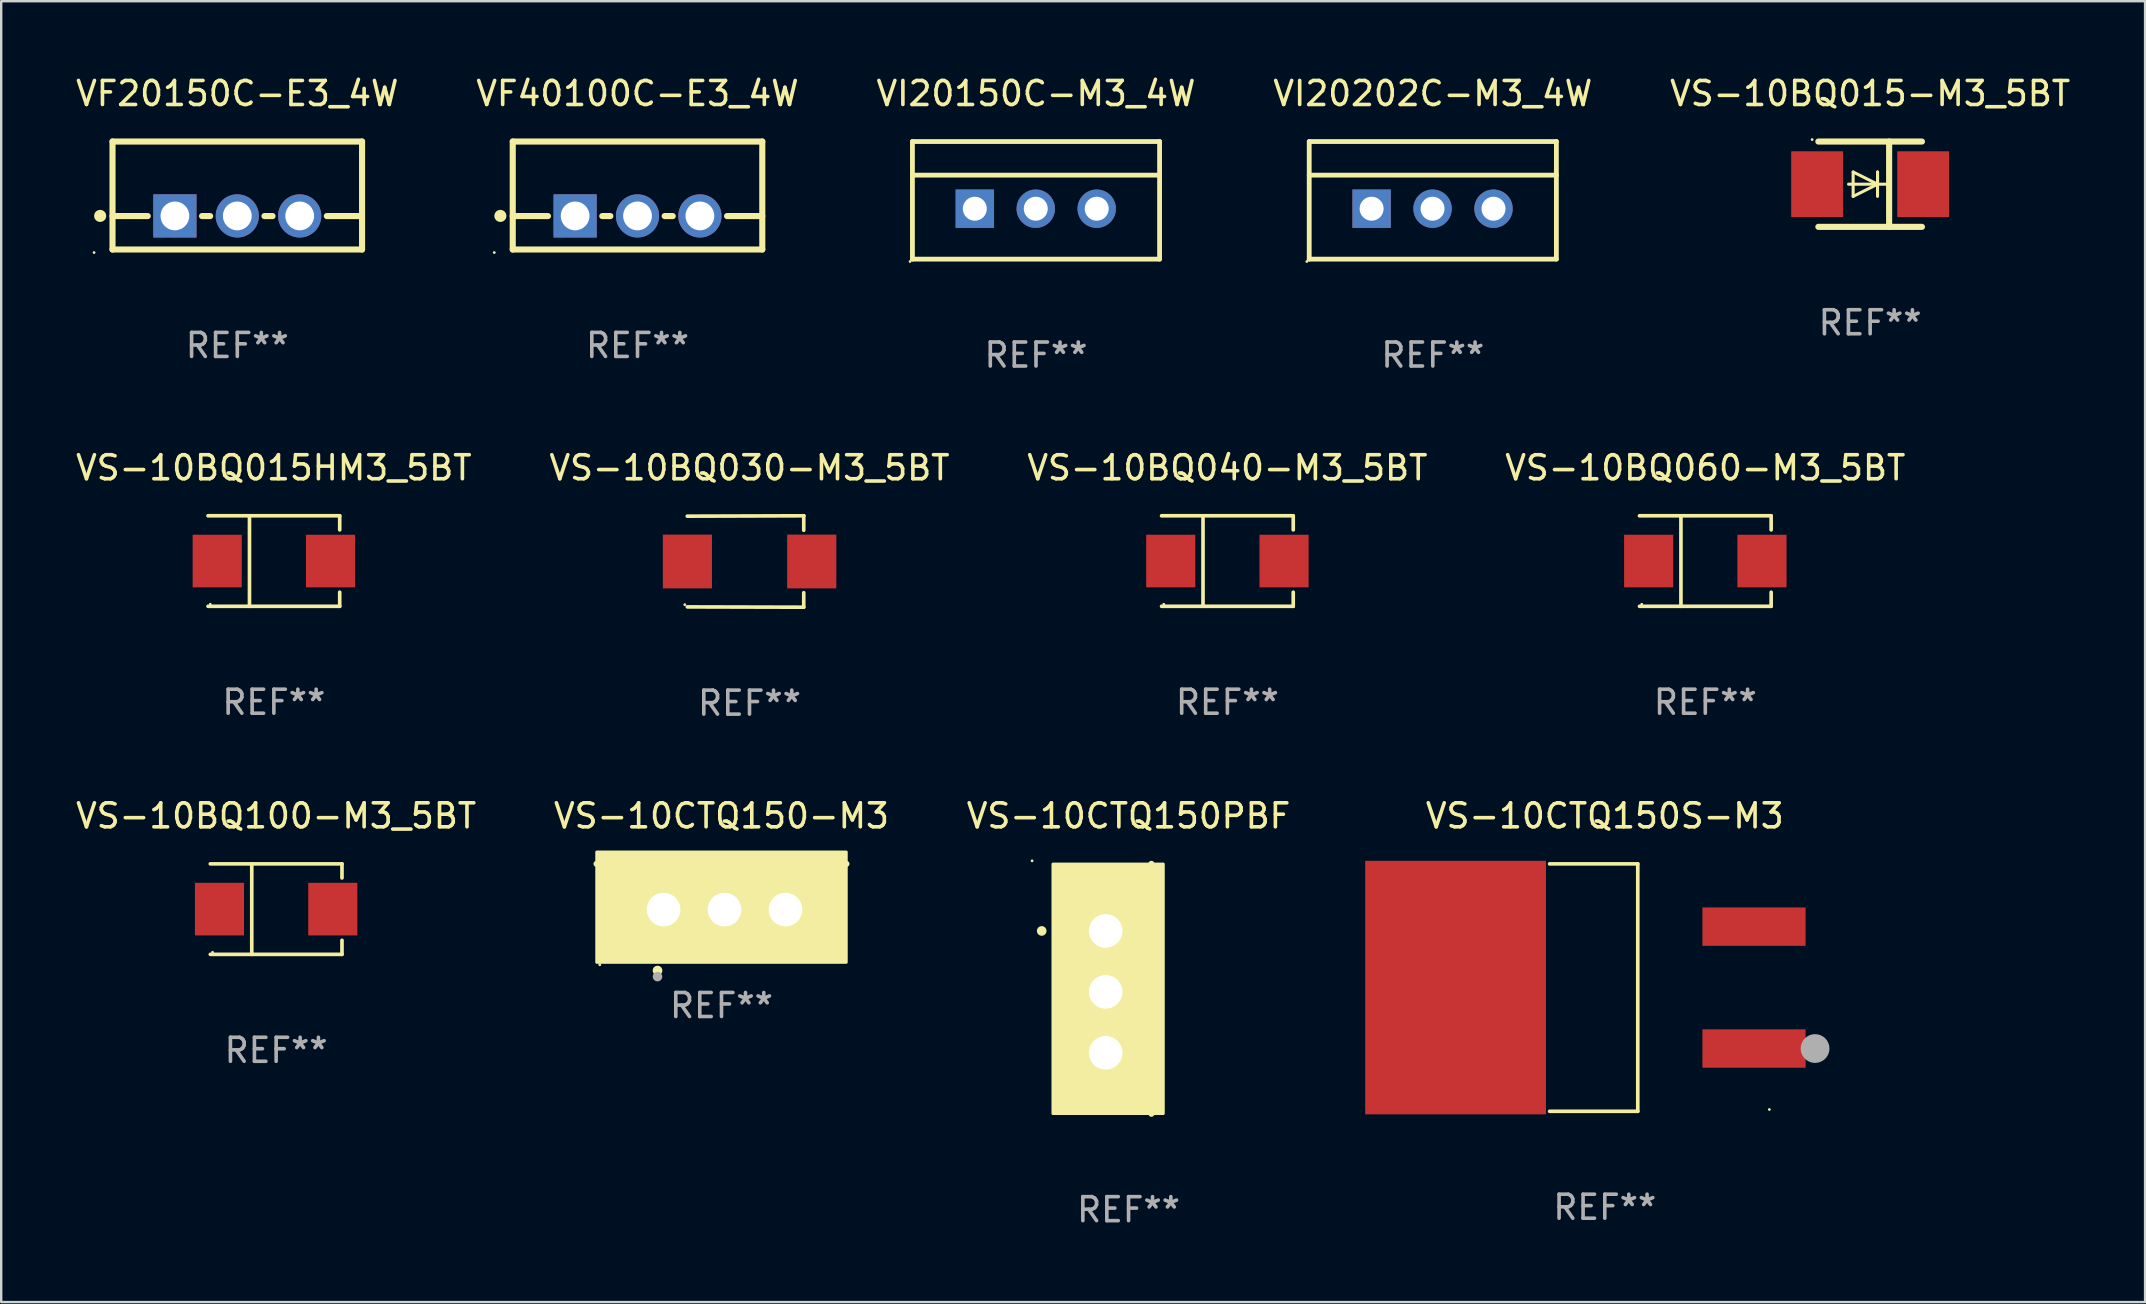
<source format=kicad_pcb>
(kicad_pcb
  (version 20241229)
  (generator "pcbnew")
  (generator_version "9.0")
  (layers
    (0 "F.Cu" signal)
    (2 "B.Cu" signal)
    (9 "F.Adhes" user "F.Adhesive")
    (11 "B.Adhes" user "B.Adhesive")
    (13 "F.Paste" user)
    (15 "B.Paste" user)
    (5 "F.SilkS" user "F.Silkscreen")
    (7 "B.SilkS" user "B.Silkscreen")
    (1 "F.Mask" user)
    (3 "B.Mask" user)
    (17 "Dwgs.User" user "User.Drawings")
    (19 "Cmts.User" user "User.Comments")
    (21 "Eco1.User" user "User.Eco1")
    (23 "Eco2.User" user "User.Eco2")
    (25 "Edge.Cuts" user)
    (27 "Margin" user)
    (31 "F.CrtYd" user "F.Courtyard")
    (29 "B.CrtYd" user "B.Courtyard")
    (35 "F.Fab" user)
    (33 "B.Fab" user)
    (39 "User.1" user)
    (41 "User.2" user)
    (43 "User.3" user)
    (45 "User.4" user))
  (footprint "VF20150C-E3_4W"
    (layer "F.Cu")
    (at 6.839 5.098)
    (property "Reference" "VF20150C-E3_4W" (at 0 -4.25 0) (layer "F.SilkS") (effects (font (size 1 1) (thickness 0.15))))
    (attr through_hole)
    (fp_line (start -5.2 -2.25) (end -5.2 2.25) (stroke (width 0.254) (type solid)) (layer "F.SilkS"))
    (fp_line (start -5.2 -2.25) (end 5.2 -2.25) (stroke (width 0.254) (type solid)) (layer "F.SilkS"))
    (fp_line (start -5.2 0.857) (end -3.731 0.857) (stroke (width 0.254) (type solid)) (layer "F.SilkS"))
    (fp_line (start -5.2 2.25) (end 5.2 2.25) (stroke (width 0.254) (type solid)) (layer "F.SilkS"))
    (fp_line (start -1.469 0.857) (end -1.131 0.857) (stroke (width 0.254) (type solid)) (layer "F.SilkS"))
    (fp_line (start 1.131 0.857) (end 1.469 0.857) (stroke (width 0.254) (type solid)) (layer "F.SilkS"))
    (fp_line (start 3.731 0.857) (end 5.2 0.857) (stroke (width 0.254) (type solid)) (layer "F.SilkS"))
    (fp_line (start 5.2 -2.25) (end 5.2 2.25) (stroke (width 0.254) (type solid)) (layer "F.SilkS"))
    (fp_circle (center -5.969 2.377) (end -5.939 2.377) (stroke (width 0.06) (type solid)) (fill no) (layer "F.SilkS"))
    (fp_circle (center -5.715 0.85) (end -5.588 0.85) (stroke (width 0.254) (type solid)) (fill no) (layer "F.SilkS"))
    (fp_text user "REF**" (at 0 6.25 0) (layer "F.Fab") (effects (font (size 1 1) (thickness 0.15))))
    (pad "1" thru_hole rect (at -2.6 0.85) (size 1.8 1.8) (drill 1.2) (layers "*.Cu" "*.Mask"))
    (pad "2" thru_hole circle (at 0 0.85) (size 1.8 1.8) (drill 1.2) (layers "*.Cu" "*.Mask"))
    (pad "3" thru_hole circle (at 2.6 0.85) (size 1.8 1.8) (drill 1.2) (layers "*.Cu" "*.Mask")))
  (footprint "VS-10CTQ150-M3"
    (layer "F.Cu")
    (at 27.018 33.904)
    (property "Reference" "VS-10CTQ150-M3" (at 0 -2.953 0) (layer "F.SilkS") (effects (font (size 1 1) (thickness 0.15))))
    (attr through_hole)
    (fp_line (start 5.207 -0.953) (end -5.207 -0.953) (stroke (width 0.254) (type solid)) (layer "F.SilkS"))
    (fp_arc (start -2.66698 3.49252) (mid -2.66571 3.492516) (end -2.66444 3.49252) (stroke (width 0.4) (type solid)) (layer "F.SilkS"))
    (fp_circle (center -5.073 3.252) (end -5.043 3.252) (stroke (width 0.06) (type solid)) (fill no) (layer "F.SilkS"))
    (fp_poly (pts (xy -5.2 -1.448) (xy 5.2 -1.448) (xy 5.2 3.152) (xy -5.2 3.152)) (stroke (width 0.12) (type solid)) (fill yes) (layer "F.SilkS"))
    (fp_circle (center -2.667 3.747) (end -2.567 3.747) (stroke (width 0.2) (type solid)) (fill no) (layer "F.Fab"))
    (fp_text user "REF**" (at 0 4.953 0) (layer "F.Fab") (effects (font (size 1 1) (thickness 0.15))))
    (pad "1" thru_hole rect (at -2.413 0.953) (size 2 2.5) (drill 1.4) (layers "*.Cu" "*.Mask"))
    (pad "2" thru_hole oval (at 0.127 0.953) (size 2 2.5) (drill 1.4) (layers "*.Cu" "*.Mask"))
    (pad "3" thru_hole oval (at 2.667 0.953) (size 2 2.5) (drill 1.4) (layers "*.Cu" "*.Mask")))
  (footprint "VS-10CTQ150PBF"
    (layer "F.Cu")
    (at 43.982 38.158)
    (property "Reference" "VS-10CTQ150PBF" (at 0 -7.207 0) (layer "F.SilkS") (effects (font (size 1 1) (thickness 0.15))))
    (attr through_hole)
    (fp_line (start 0.953 5.207) (end 0.953 -5.207) (stroke (width 0.254) (type solid)) (layer "F.SilkS"))
    (fp_arc (start -3.619507 -2.410465) (mid -3.619511 -2.411735) (end -3.619507 -2.413005) (stroke (width 0.4) (type solid)) (layer "F.SilkS"))
    (fp_circle (center -4.02 -5.334) (end -3.99 -5.334) (stroke (width 0.06) (type solid)) (fill no) (layer "F.SilkS"))
    (fp_poly (pts (xy -3.152 -5.2) (xy 1.448 -5.2) (xy 1.448 5.2) (xy -3.152 5.2)) (stroke (width 0.12) (type solid)) (fill yes) (layer "F.SilkS"))
    (fp_text user "REF**" (at 0 9.207 0) (layer "F.Fab") (effects (font (size 1 1) (thickness 0.15))))
    (pad "1" thru_hole rect (at -0.953 -2.413 270) (size 2 2.5) (drill 1.4) (layers "*.Cu" "*.Mask"))
    (pad "2" thru_hole oval (at -0.953 0.127 270) (size 2 2.5) (drill 1.4) (layers "*.Cu" "*.Mask"))
    (pad "3" thru_hole oval (at -0.953 2.667 270) (size 2 2.5) (drill 1.4) (layers "*.Cu" "*.Mask")))
  (footprint "VF40100C-E3_4W"
    (layer "F.Cu")
    (at 23.518 5.098)
    (property "Reference" "VF40100C-E3_4W" (at 0 -4.25 0) (layer "F.SilkS") (effects (font (size 1 1) (thickness 0.15))))
    (attr through_hole)
    (fp_line (start -5.2 -2.25) (end -5.2 2.25) (stroke (width 0.254) (type solid)) (layer "F.SilkS"))
    (fp_line (start -5.2 -2.25) (end 5.2 -2.25) (stroke (width 0.254) (type solid)) (layer "F.SilkS"))
    (fp_line (start -5.2 0.857) (end -3.731 0.857) (stroke (width 0.254) (type solid)) (layer "F.SilkS"))
    (fp_line (start -5.2 2.25) (end 5.2 2.25) (stroke (width 0.254) (type solid)) (layer "F.SilkS"))
    (fp_line (start -1.469 0.857) (end -1.131 0.857) (stroke (width 0.254) (type solid)) (layer "F.SilkS"))
    (fp_line (start 1.131 0.857) (end 1.469 0.857) (stroke (width 0.254) (type solid)) (layer "F.SilkS"))
    (fp_line (start 3.731 0.857) (end 5.2 0.857) (stroke (width 0.254) (type solid)) (layer "F.SilkS"))
    (fp_line (start 5.2 -2.25) (end 5.2 2.25) (stroke (width 0.254) (type solid)) (layer "F.SilkS"))
    (fp_circle (center -5.969 2.377) (end -5.939 2.377) (stroke (width 0.06) (type solid)) (fill no) (layer "F.SilkS"))
    (fp_circle (center -5.715 0.85) (end -5.588 0.85) (stroke (width 0.254) (type solid)) (fill no) (layer "F.SilkS"))
    (fp_text user "REF**" (at 0 6.25 0) (layer "F.Fab") (effects (font (size 1 1) (thickness 0.15))))
    (pad "1" thru_hole rect (at -2.6 0.85) (size 1.8 1.8) (drill 1.2) (layers "*.Cu" "*.Mask"))
    (pad "2" thru_hole circle (at 0 0.85) (size 1.8 1.8) (drill 1.2) (layers "*.Cu" "*.Mask"))
    (pad "3" thru_hole circle (at 2.6 0.85) (size 1.8 1.8) (drill 1.2) (layers "*.Cu" "*.Mask")))
  (footprint "VI20202C-M3_4W"
    (layer "F.Cu")
    (at 56.661 5.298)
    (property "Reference" "VI20202C-M3_4W" (at 0 -4.45 0) (layer "F.SilkS") (effects (font (size 1 1) (thickness 0.15))))
    (attr through_hole)
    (fp_line (start -5.15 -1.05) (end 5.15 -1.05) (stroke (width 0.2) (type solid)) (layer "F.SilkS"))
    (fp_line (start -5.15 -2.45) (end 5.15 -2.45) (stroke (width 0.2) (type solid)) (layer "F.SilkS"))
    (fp_line (start -5.15 2.45) (end -5.15 -2.45) (stroke (width 0.2) (type solid)) (layer "F.SilkS"))
    (fp_line (start 5.15 -2.45) (end 5.15 2.45) (stroke (width 0.2) (type solid)) (layer "F.SilkS"))
    (fp_line (start 5.15 2.45) (end -5.15 2.45) (stroke (width 0.2) (type solid)) (layer "F.SilkS"))
    (fp_circle (center -5.25 2.55) (end -5.22 2.55) (stroke (width 0.06) (type solid)) (fill no) (layer "F.SilkS"))
    (fp_text user "REF**" (at 0 6.45 0) (layer "F.Fab") (effects (font (size 1 1) (thickness 0.15))))
    (pad "1" thru_hole rect (at -2.55 0.35) (size 1.6 1.6) (drill 1) (layers "*.Cu" "*.Mask"))
    (pad "2" thru_hole circle (at -0.01 0.35) (size 1.6 1.6) (drill 1) (layers "*.Cu" "*.Mask"))
    (pad "3" thru_hole circle (at 2.53 0.35) (size 1.6 1.6) (drill 1) (layers "*.Cu" "*.Mask")))
  (footprint "VS-10BQ040-M3_5BT"
    (layer "F.Cu")
    (at 48.101 20.331)
    (property "Reference" "VS-10BQ040-M3_5BT" (at 0 -3.886 0) (layer "F.SilkS") (effects (font (size 1 1) (thickness 0.15))))
    (attr through_hole)
    (fp_line (start -2.744 -1.886) (end 2.744 -1.886) (stroke (width 0.152) (type solid)) (layer "F.SilkS"))
    (fp_line (start -2.744 1.886) (end 2.744 1.886) (stroke (width 0.152) (type solid)) (layer "F.SilkS"))
    (fp_line (start -1.016 -1.886) (end -1.016 1.886) (stroke (width 0.152) (type solid)) (layer "F.SilkS"))
    (fp_line (start 2.744 -1.886) (end 2.744 -1.299) (stroke (width 0.152) (type solid)) (layer "F.SilkS"))
    (fp_line (start 2.744 1.886) (end 2.744 1.299) (stroke (width 0.152) (type solid)) (layer "F.SilkS"))
    (fp_circle (center -2.65 1.8) (end -2.62 1.8) (stroke (width 0.06) (type solid)) (fill no) (layer "F.SilkS"))
    (fp_text user "REF**" (at 0 5.886 0) (layer "F.Fab") (effects (font (size 1 1) (thickness 0.15))))
    (pad "1" smd rect (at -2.361 0) (size 2.047 2.192) (layers "F.Cu" "F.Mask" "F.Paste"))
    (pad "2" smd rect (at 2.361 0) (size 2.047 2.192) (layers "F.Cu" "F.Mask" "F.Paste")))
  (footprint "VS-10CTQ150S-M3"
    (layer "F.Cu")
    (at 63.829 38.107)
    (property "Reference" "VS-10CTQ150S-M3" (at 0 -7.156 0) (layer "F.SilkS") (effects (font (size 1 1) (thickness 0.15))))
    (attr through_hole)
    (fp_line (start -2.3 -5.156) (end 1.374 -5.156) (stroke (width 0.152) (type solid)) (layer "F.SilkS"))
    (fp_line (start -2.3 5.156) (end 1.374 5.156) (stroke (width 0.152) (type solid)) (layer "F.SilkS"))
    (fp_line (start 1.374 5.156) (end 1.374 -5.156) (stroke (width 0.152) (type solid)) (layer "F.SilkS"))
    (fp_circle (center 6.858 5.08) (end 6.888 5.08) (stroke (width 0.06) (type solid)) (fill no) (layer "F.SilkS"))
    (fp_circle (center 8.763 2.54) (end 9.063 2.54) (stroke (width 0.6) (type solid)) (fill no) (layer "F.Fab"))
    (fp_text user "REF**" (at 0 9.156 0) (layer "F.Fab") (effects (font (size 1 1) (thickness 0.15))))
    (pad "1" smd rect (at 6.218 2.54 180) (size 4.3 1.6) (layers "F.Cu" "F.Mask" "F.Paste"))
    (pad "2" smd rect (at -6.218 0 180) (size 7.532 10.566) (layers "F.Cu" "F.Mask" "F.Paste"))
    (pad "3" smd rect (at 6.218 -2.54 180) (size 4.3 1.6) (layers "F.Cu" "F.Mask" "F.Paste")))
  (footprint "VS-10BQ030-M3_5BT"
    (layer "F.Cu")
    (at 28.185 20.35)
    (property "Reference" "VS-10BQ030-M3_5BT" (at 0 -3.905 0) (layer "F.SilkS") (effects (font (size 1 1) (thickness 0.15))))
    (attr through_hole)
    (fp_line (start 2.256 -1.905) (end -2.594 -1.889) (stroke (width 0.152) (type solid)) (layer "F.SilkS"))
    (fp_line (start 2.256 -1.905) (end 2.26 -1.905) (stroke (width 0.152) (type solid)) (layer "F.SilkS"))
    (fp_line (start 2.26 -1.905) (end 2.26 -1.301) (stroke (width 0.152) (type solid)) (layer "F.SilkS"))
    (fp_line (start 2.26 1.301) (end 2.26 1.905) (stroke (width 0.152) (type solid)) (layer "F.SilkS"))
    (fp_line (start 2.26 1.905) (end -2.59 1.892) (stroke (width 0.152) (type solid)) (layer "F.SilkS"))
    (fp_circle (center -2.697 1.8) (end -2.667 1.8) (stroke (width 0.06) (type solid)) (fill no) (layer "F.SilkS"))
    (fp_text user "REF**" (at 0 5.905 0) (layer "F.Fab") (effects (font (size 1 1) (thickness 0.15))))
    (pad "1" smd rect (at -2.588 0) (size 2.047 2.241) (layers "F.Cu" "F.Mask" "F.Paste"))
    (pad "2" smd rect (at 2.594 0) (size 2.047 2.241) (layers "F.Cu" "F.Mask" "F.Paste")))
  (footprint "VS-10BQ060-M3_5BT"
    (layer "F.Cu")
    (at 68.018 20.331)
    (property "Reference" "VS-10BQ060-M3_5BT" (at 0 -3.886 0) (layer "F.SilkS") (effects (font (size 1 1) (thickness 0.15))))
    (attr through_hole)
    (fp_line (start -2.744 -1.886) (end 2.744 -1.886) (stroke (width 0.152) (type solid)) (layer "F.SilkS"))
    (fp_line (start -2.744 1.886) (end 2.744 1.886) (stroke (width 0.152) (type solid)) (layer "F.SilkS"))
    (fp_line (start -1.016 -1.886) (end -1.016 1.886) (stroke (width 0.152) (type solid)) (layer "F.SilkS"))
    (fp_line (start 2.744 -1.886) (end 2.744 -1.299) (stroke (width 0.152) (type solid)) (layer "F.SilkS"))
    (fp_line (start 2.744 1.886) (end 2.744 1.299) (stroke (width 0.152) (type solid)) (layer "F.SilkS"))
    (fp_circle (center -2.65 1.8) (end -2.62 1.8) (stroke (width 0.06) (type solid)) (fill no) (layer "F.SilkS"))
    (fp_text user "REF**" (at 0 5.886 0) (layer "F.Fab") (effects (font (size 1 1) (thickness 0.15))))
    (pad "1" smd rect (at -2.361 0) (size 2.047 2.192) (layers "F.Cu" "F.Mask" "F.Paste"))
    (pad "2" smd rect (at 2.361 0) (size 2.047 2.192) (layers "F.Cu" "F.Mask" "F.Paste")))
  (footprint "VS-10BQ100-M3_5BT"
    (layer "F.Cu")
    (at 8.458 34.837)
    (property "Reference" "VS-10BQ100-M3_5BT" (at 0 -3.886 0) (layer "F.SilkS") (effects (font (size 1 1) (thickness 0.15))))
    (attr through_hole)
    (fp_line (start -2.744 -1.886) (end 2.744 -1.886) (stroke (width 0.152) (type solid)) (layer "F.SilkS"))
    (fp_line (start -2.744 1.886) (end 2.744 1.886) (stroke (width 0.152) (type solid)) (layer "F.SilkS"))
    (fp_line (start -1.016 -1.886) (end -1.016 1.886) (stroke (width 0.152) (type solid)) (layer "F.SilkS"))
    (fp_line (start 2.744 -1.886) (end 2.744 -1.299) (stroke (width 0.152) (type solid)) (layer "F.SilkS"))
    (fp_line (start 2.744 1.886) (end 2.744 1.299) (stroke (width 0.152) (type solid)) (layer "F.SilkS"))
    (fp_circle (center -2.65 1.8) (end -2.62 1.8) (stroke (width 0.06) (type solid)) (fill no) (layer "F.SilkS"))
    (fp_text user "REF**" (at 0 5.886 0) (layer "F.Fab") (effects (font (size 1 1) (thickness 0.15))))
    (pad "1" smd rect (at -2.361 0) (size 2.047 2.192) (layers "F.Cu" "F.Mask" "F.Paste"))
    (pad "2" smd rect (at 2.361 0) (size 2.047 2.192) (layers "F.Cu" "F.Mask" "F.Paste")))
  (footprint "VS-10BQ015-M3_5BT"
    (layer "F.Cu")
    (at 74.887 4.626)
    (property "Reference" "VS-10BQ015-M3_5BT" (at 0 -3.778 0) (layer "F.SilkS") (effects (font (size 1 1) (thickness 0.15))))
    (attr through_hole)
    (fp_line (start -2.159 -1.778) (end 2.159 -1.778) (stroke (width 0.254) (type solid)) (layer "F.SilkS"))
    (fp_line (start -0.9 0) (end 0.816 0) (stroke (width 0.127) (type solid)) (layer "F.SilkS"))
    (fp_line (start -0.708 -0.508) (end -0.708 0.508) (stroke (width 0.127) (type solid)) (layer "F.SilkS"))
    (fp_line (start -0.708 0.508) (end 0.308 0) (stroke (width 0.127) (type solid)) (layer "F.SilkS"))
    (fp_line (start 0.308 -0.508) (end 0.308 0.508) (stroke (width 0.127) (type solid)) (layer "F.SilkS"))
    (fp_line (start 0.308 0) (end -0.708 -0.508) (stroke (width 0.127) (type solid)) (layer "F.SilkS"))
    (fp_line (start 0.308 0) (end 0.308 -0.508) (stroke (width 0.127) (type solid)) (layer "F.SilkS"))
    (fp_line (start 0.792 -1.778) (end 0.792 1.778) (stroke (width 0.254) (type solid)) (layer "F.SilkS"))
    (fp_line (start 2.159 1.778) (end -2.159 1.778) (stroke (width 0.254) (type solid)) (layer "F.SilkS"))
    (fp_circle (center -2.417 -1.859) (end -2.387 -1.859) (stroke (width 0.06) (type solid)) (fill no) (layer "F.SilkS"))
    (fp_text user "REF**" (at 0 5.778 0) (layer "F.Fab") (effects (font (size 1 1) (thickness 0.15))))
    (pad "1" smd rect (at -2.21 0) (size 2.159 2.743) (layers "F.Cu" "F.Mask" "F.Paste"))
    (pad "2" smd rect (at 2.21 0) (size 2.159 2.743) (layers "F.Cu" "F.Mask" "F.Paste")))
  (footprint "VS-10BQ015HM3_5BT"
    (layer "F.Cu")
    (at 8.363 20.331)
    (property "Reference" "VS-10BQ015HM3_5BT" (at 0 -3.886 0) (layer "F.SilkS") (effects (font (size 1 1) (thickness 0.15))))
    (attr through_hole)
    (fp_line (start -2.744 -1.886) (end 2.744 -1.886) (stroke (width 0.152) (type solid)) (layer "F.SilkS"))
    (fp_line (start -2.744 1.886) (end 2.744 1.886) (stroke (width 0.152) (type solid)) (layer "F.SilkS"))
    (fp_line (start -1.016 -1.886) (end -1.016 1.886) (stroke (width 0.152) (type solid)) (layer "F.SilkS"))
    (fp_line (start 2.744 -1.886) (end 2.744 -1.299) (stroke (width 0.152) (type solid)) (layer "F.SilkS"))
    (fp_line (start 2.744 1.886) (end 2.744 1.299) (stroke (width 0.152) (type solid)) (layer "F.SilkS"))
    (fp_circle (center -2.65 1.8) (end -2.62 1.8) (stroke (width 0.06) (type solid)) (fill no) (layer "F.SilkS"))
    (fp_text user "REF**" (at 0 5.886 0) (layer "F.Fab") (effects (font (size 1 1) (thickness 0.15))))
    (pad "1" smd rect (at -2.361 0) (size 2.047 2.192) (layers "F.Cu" "F.Mask" "F.Paste"))
    (pad "2" smd rect (at 2.361 0) (size 2.047 2.192) (layers "F.Cu" "F.Mask" "F.Paste")))
  (footprint "VI20150C-M3_4W"
    (layer "F.Cu")
    (at 40.125 5.298)
    (property "Reference" "VI20150C-M3_4W" (at 0 -4.45 0) (layer "F.SilkS") (effects (font (size 1 1) (thickness 0.15))))
    (attr through_hole)
    (fp_line (start -5.15 -1.05) (end 5.15 -1.05) (stroke (width 0.2) (type solid)) (layer "F.SilkS"))
    (fp_line (start -5.15 -2.45) (end 5.15 -2.45) (stroke (width 0.2) (type solid)) (layer "F.SilkS"))
    (fp_line (start -5.15 2.45) (end -5.15 -2.45) (stroke (width 0.2) (type solid)) (layer "F.SilkS"))
    (fp_line (start 5.15 -2.45) (end 5.15 2.45) (stroke (width 0.2) (type solid)) (layer "F.SilkS"))
    (fp_line (start 5.15 2.45) (end -5.15 2.45) (stroke (width 0.2) (type solid)) (layer "F.SilkS"))
    (fp_circle (center -5.25 2.55) (end -5.22 2.55) (stroke (width 0.06) (type solid)) (fill no) (layer "F.SilkS"))
    (fp_text user "REF**" (at 0 6.45 0) (layer "F.Fab") (effects (font (size 1 1) (thickness 0.15))))
    (pad "1" thru_hole rect (at -2.55 0.35) (size 1.6 1.6) (drill 1) (layers "*.Cu" "*.Mask"))
    (pad "2" thru_hole circle (at -0.01 0.35) (size 1.6 1.6) (drill 1) (layers "*.Cu" "*.Mask"))
    (pad "3" thru_hole circle (at 2.53 0.35) (size 1.6 1.6) (drill 1) (layers "*.Cu" "*.Mask")))
  (gr_rect
    (start -3 -3)
    (end 86.345 51.213)
    (stroke (width 0.1) (type default))
    (fill no)
    (layer "Edge.Cuts")))
</source>
